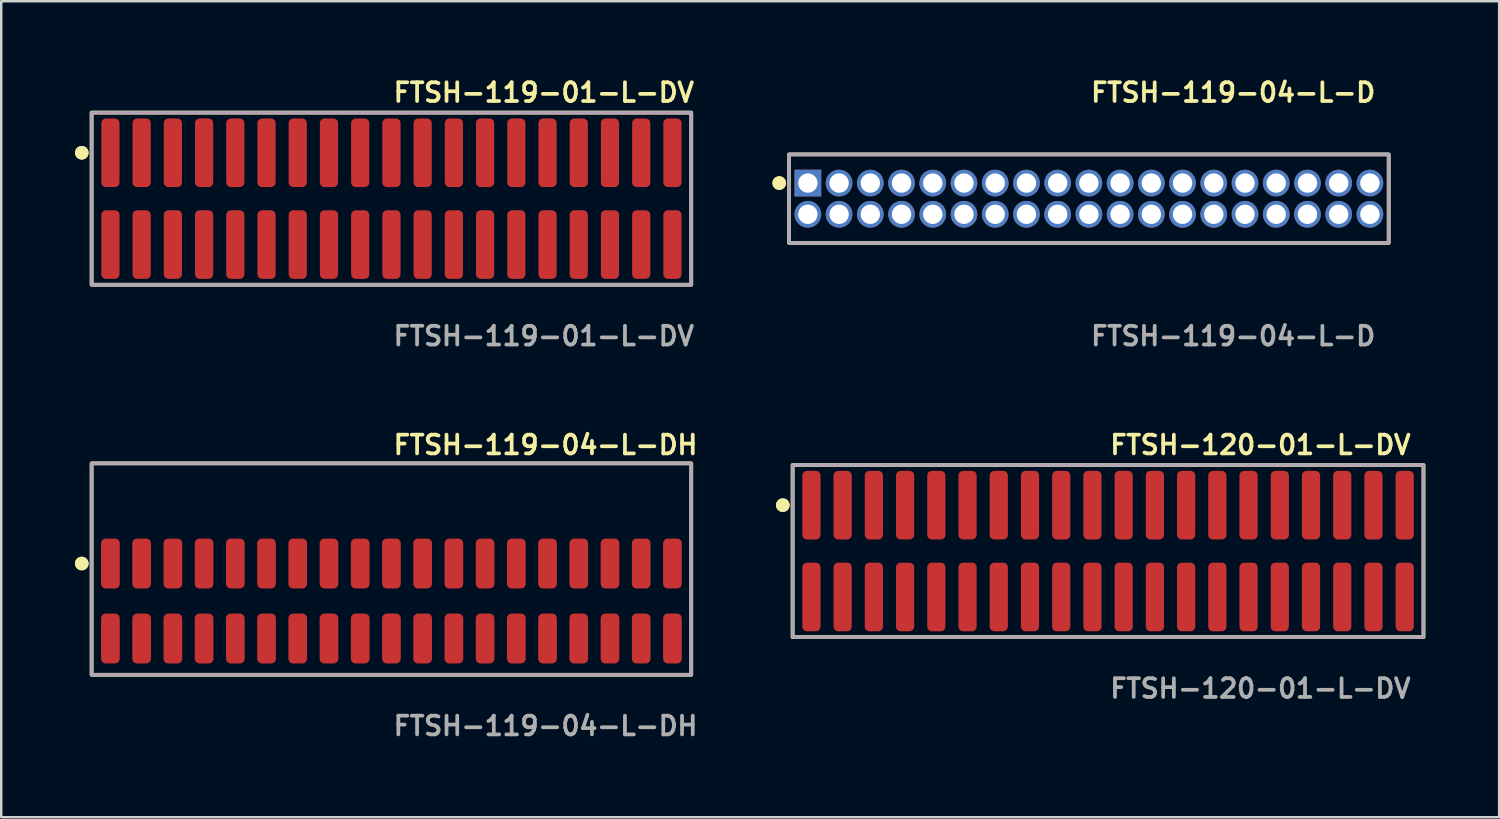
<source format=kicad_pcb>
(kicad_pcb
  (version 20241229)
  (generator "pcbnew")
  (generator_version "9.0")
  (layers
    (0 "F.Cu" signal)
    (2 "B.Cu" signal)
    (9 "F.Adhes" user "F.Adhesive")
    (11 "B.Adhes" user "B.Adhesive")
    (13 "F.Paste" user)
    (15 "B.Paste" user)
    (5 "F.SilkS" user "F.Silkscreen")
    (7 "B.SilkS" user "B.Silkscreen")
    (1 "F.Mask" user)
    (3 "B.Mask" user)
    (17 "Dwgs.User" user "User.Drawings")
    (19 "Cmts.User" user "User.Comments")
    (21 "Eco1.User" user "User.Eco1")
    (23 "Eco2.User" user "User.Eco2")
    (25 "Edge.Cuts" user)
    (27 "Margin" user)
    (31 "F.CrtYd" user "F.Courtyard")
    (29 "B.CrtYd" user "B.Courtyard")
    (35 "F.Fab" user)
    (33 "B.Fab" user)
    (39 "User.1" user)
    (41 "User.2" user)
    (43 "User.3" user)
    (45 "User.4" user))
  (footprint "FTSH-119-04-L-D"
    (layer "F.Cu")
    (at 41.239 5.031)
    (property "Reference" "FTSH-119-04-L-D" (at 0 -4.318 0) (unlocked yes) (layer "F.SilkS") (effects (font (size 0.762 0.762) (thickness 0.152)) (justify left)))
    (fp_rect (start -12.195 1.8) (end 12.195 -1.8) (stroke (width 0.152) (type solid)) (fill no) (layer "F.SilkS"))
    (fp_circle (center -12.595 -0.635) (end -12.795 -0.635) (stroke (width 0.152) (type solid)) (fill yes) (layer "F.SilkS"))
    (fp_circle (center -12.595 -0.635) (end -12.795 -0.635) (stroke (width 0.152) (type solid)) (fill yes) (layer "F.SilkS"))
    (fp_rect (start -12.195 1.8) (end 12.195 -1.8) (stroke (width 0.006) (type solid)) (fill no) (layer "F.CrtYd"))
    (fp_rect (start -12.195 1.8) (end 12.195 -1.8) (stroke (width 0.152) (type solid)) (fill no) (layer "F.Fab"))
    (fp_text user "${REFERENCE}" (at 0 5.588 0) (unlocked yes) (layer "F.Fab") (effects (font (size 0.762 0.762) (thickness 0.152)) (justify left)))
    (pad "1" thru_hole rect (at -11.43 -0.635) (size 1.087 1.087) (drill 0.787) (layers "*.Cu" "*.Mask"))
    (pad "2" thru_hole circle (at -11.43 0.635) (size 1.087 1.087) (drill 0.787) (layers "*.Cu" "*.Mask"))
    (pad "3" thru_hole circle (at -10.16 -0.635) (size 1.087 1.087) (drill 0.787) (layers "*.Cu" "*.Mask"))
    (pad "4" thru_hole circle (at -10.16 0.635) (size 1.087 1.087) (drill 0.787) (layers "*.Cu" "*.Mask"))
    (pad "5" thru_hole circle (at -8.89 -0.635) (size 1.087 1.087) (drill 0.787) (layers "*.Cu" "*.Mask"))
    (pad "6" thru_hole circle (at -8.89 0.635) (size 1.087 1.087) (drill 0.787) (layers "*.Cu" "*.Mask"))
    (pad "7" thru_hole circle (at -7.62 -0.635) (size 1.087 1.087) (drill 0.787) (layers "*.Cu" "*.Mask"))
    (pad "8" thru_hole circle (at -7.62 0.635) (size 1.087 1.087) (drill 0.787) (layers "*.Cu" "*.Mask"))
    (pad "9" thru_hole circle (at -6.35 -0.635) (size 1.087 1.087) (drill 0.787) (layers "*.Cu" "*.Mask"))
    (pad "10" thru_hole circle (at -6.35 0.635) (size 1.087 1.087) (drill 0.787) (layers "*.Cu" "*.Mask"))
    (pad "11" thru_hole circle (at -5.08 -0.635) (size 1.087 1.087) (drill 0.787) (layers "*.Cu" "*.Mask"))
    (pad "12" thru_hole circle (at -5.08 0.635) (size 1.087 1.087) (drill 0.787) (layers "*.Cu" "*.Mask"))
    (pad "13" thru_hole circle (at -3.81 -0.635) (size 1.087 1.087) (drill 0.787) (layers "*.Cu" "*.Mask"))
    (pad "14" thru_hole circle (at -3.81 0.635) (size 1.087 1.087) (drill 0.787) (layers "*.Cu" "*.Mask"))
    (pad "15" thru_hole circle (at -2.54 -0.635) (size 1.087 1.087) (drill 0.787) (layers "*.Cu" "*.Mask"))
    (pad "16" thru_hole circle (at -2.54 0.635) (size 1.087 1.087) (drill 0.787) (layers "*.Cu" "*.Mask"))
    (pad "17" thru_hole circle (at -1.27 -0.635) (size 1.087 1.087) (drill 0.787) (layers "*.Cu" "*.Mask"))
    (pad "18" thru_hole circle (at -1.27 0.635) (size 1.087 1.087) (drill 0.787) (layers "*.Cu" "*.Mask"))
    (pad "19" thru_hole circle (at 0 -0.635) (size 1.087 1.087) (drill 0.787) (layers "*.Cu" "*.Mask"))
    (pad "20" thru_hole circle (at 0 0.635) (size 1.087 1.087) (drill 0.787) (layers "*.Cu" "*.Mask"))
    (pad "21" thru_hole circle (at 1.27 -0.635) (size 1.087 1.087) (drill 0.787) (layers "*.Cu" "*.Mask"))
    (pad "22" thru_hole circle (at 1.27 0.635) (size 1.087 1.087) (drill 0.787) (layers "*.Cu" "*.Mask"))
    (pad "23" thru_hole circle (at 2.54 -0.635) (size 1.087 1.087) (drill 0.787) (layers "*.Cu" "*.Mask"))
    (pad "24" thru_hole circle (at 2.54 0.635) (size 1.087 1.087) (drill 0.787) (layers "*.Cu" "*.Mask"))
    (pad "25" thru_hole circle (at 3.81 -0.635) (size 1.087 1.087) (drill 0.787) (layers "*.Cu" "*.Mask"))
    (pad "26" thru_hole circle (at 3.81 0.635) (size 1.087 1.087) (drill 0.787) (layers "*.Cu" "*.Mask"))
    (pad "27" thru_hole circle (at 5.08 -0.635) (size 1.087 1.087) (drill 0.787) (layers "*.Cu" "*.Mask"))
    (pad "28" thru_hole circle (at 5.08 0.635) (size 1.087 1.087) (drill 0.787) (layers "*.Cu" "*.Mask"))
    (pad "29" thru_hole circle (at 6.35 -0.635) (size 1.087 1.087) (drill 0.787) (layers "*.Cu" "*.Mask"))
    (pad "30" thru_hole circle (at 6.35 0.635) (size 1.087 1.087) (drill 0.787) (layers "*.Cu" "*.Mask"))
    (pad "31" thru_hole circle (at 7.62 -0.635) (size 1.087 1.087) (drill 0.787) (layers "*.Cu" "*.Mask"))
    (pad "32" thru_hole circle (at 7.62 0.635) (size 1.087 1.087) (drill 0.787) (layers "*.Cu" "*.Mask"))
    (pad "33" thru_hole circle (at 8.89 -0.635) (size 1.087 1.087) (drill 0.787) (layers "*.Cu" "*.Mask"))
    (pad "34" thru_hole circle (at 8.89 0.635) (size 1.087 1.087) (drill 0.787) (layers "*.Cu" "*.Mask"))
    (pad "35" thru_hole circle (at 10.16 -0.635) (size 1.087 1.087) (drill 0.787) (layers "*.Cu" "*.Mask"))
    (pad "36" thru_hole circle (at 10.16 0.635) (size 1.087 1.087) (drill 0.787) (layers "*.Cu" "*.Mask"))
    (pad "37" thru_hole circle (at 11.43 -0.635) (size 1.087 1.087) (drill 0.787) (layers "*.Cu" "*.Mask"))
    (pad "38" thru_hole circle (at 11.43 0.635) (size 1.087 1.087) (drill 0.787) (layers "*.Cu" "*.Mask")))
  (footprint "FTSH-119-01-L-DV"
    (layer "F.Cu")
    (at 12.871 5.031)
    (property "Reference" "FTSH-119-01-L-DV" (at 0 -4.318 0) (unlocked yes) (layer "F.SilkS") (effects (font (size 0.762 0.762) (thickness 0.152)) (justify left)))
    (fp_rect (start -12.195 3.5) (end 12.195 -3.5) (stroke (width 0.152) (type solid)) (fill no) (layer "F.SilkS"))
    (fp_circle (center -12.595 -1.867) (end -12.795 -1.867) (stroke (width 0.152) (type solid)) (fill yes) (layer "F.SilkS"))
    (fp_circle (center -12.595 -1.867) (end -12.795 -1.867) (stroke (width 0.152) (type solid)) (fill yes) (layer "F.SilkS"))
    (fp_rect (start -12.195 3.5) (end 12.195 -3.5) (stroke (width 0.006) (type solid)) (fill no) (layer "F.CrtYd"))
    (fp_rect (start -12.195 3.5) (end 12.195 -3.5) (stroke (width 0.152) (type solid)) (fill no) (layer "F.Fab"))
    (fp_text user "${REFERENCE}" (at 0 5.588 0) (unlocked yes) (layer "F.Fab") (effects (font (size 0.762 0.762) (thickness 0.152)) (justify left)))
    (pad "1" smd roundrect (at -11.43 -1.867) (size 0.74 2.79) (layers "F.Cu" "F.Paste") (roundrect_rratio 0.25))
    (pad "2" smd roundrect (at -11.43 1.867) (size 0.74 2.79) (layers "F.Cu" "F.Paste") (roundrect_rratio 0.25))
    (pad "3" smd roundrect (at -10.16 -1.867) (size 0.74 2.79) (layers "F.Cu" "F.Paste") (roundrect_rratio 0.25))
    (pad "4" smd roundrect (at -10.16 1.867) (size 0.74 2.79) (layers "F.Cu" "F.Paste") (roundrect_rratio 0.25))
    (pad "5" smd roundrect (at -8.89 -1.867) (size 0.74 2.79) (layers "F.Cu" "F.Paste") (roundrect_rratio 0.25))
    (pad "6" smd roundrect (at -8.89 1.867) (size 0.74 2.79) (layers "F.Cu" "F.Paste") (roundrect_rratio 0.25))
    (pad "7" smd roundrect (at -7.62 -1.867) (size 0.74 2.79) (layers "F.Cu" "F.Paste") (roundrect_rratio 0.25))
    (pad "8" smd roundrect (at -7.62 1.867) (size 0.74 2.79) (layers "F.Cu" "F.Paste") (roundrect_rratio 0.25))
    (pad "9" smd roundrect (at -6.35 -1.867) (size 0.74 2.79) (layers "F.Cu" "F.Paste") (roundrect_rratio 0.25))
    (pad "10" smd roundrect (at -6.35 1.867) (size 0.74 2.79) (layers "F.Cu" "F.Paste") (roundrect_rratio 0.25))
    (pad "11" smd roundrect (at -5.08 -1.867) (size 0.74 2.79) (layers "F.Cu" "F.Paste") (roundrect_rratio 0.25))
    (pad "12" smd roundrect (at -5.08 1.867) (size 0.74 2.79) (layers "F.Cu" "F.Paste") (roundrect_rratio 0.25))
    (pad "13" smd roundrect (at -3.81 -1.867) (size 0.74 2.79) (layers "F.Cu" "F.Paste") (roundrect_rratio 0.25))
    (pad "14" smd roundrect (at -3.81 1.867) (size 0.74 2.79) (layers "F.Cu" "F.Paste") (roundrect_rratio 0.25))
    (pad "15" smd roundrect (at -2.54 -1.867) (size 0.74 2.79) (layers "F.Cu" "F.Paste") (roundrect_rratio 0.25))
    (pad "16" smd roundrect (at -2.54 1.867) (size 0.74 2.79) (layers "F.Cu" "F.Paste") (roundrect_rratio 0.25))
    (pad "17" smd roundrect (at -1.27 -1.867) (size 0.74 2.79) (layers "F.Cu" "F.Paste") (roundrect_rratio 0.25))
    (pad "18" smd roundrect (at -1.27 1.867) (size 0.74 2.79) (layers "F.Cu" "F.Paste") (roundrect_rratio 0.25))
    (pad "19" smd roundrect (at 0 -1.867) (size 0.74 2.79) (layers "F.Cu" "F.Paste") (roundrect_rratio 0.25))
    (pad "20" smd roundrect (at 0 1.867) (size 0.74 2.79) (layers "F.Cu" "F.Paste") (roundrect_rratio 0.25))
    (pad "21" smd roundrect (at 1.27 -1.867) (size 0.74 2.79) (layers "F.Cu" "F.Paste") (roundrect_rratio 0.25))
    (pad "22" smd roundrect (at 1.27 1.867) (size 0.74 2.79) (layers "F.Cu" "F.Paste") (roundrect_rratio 0.25))
    (pad "23" smd roundrect (at 2.54 -1.867) (size 0.74 2.79) (layers "F.Cu" "F.Paste") (roundrect_rratio 0.25))
    (pad "24" smd roundrect (at 2.54 1.867) (size 0.74 2.79) (layers "F.Cu" "F.Paste") (roundrect_rratio 0.25))
    (pad "25" smd roundrect (at 3.81 -1.867) (size 0.74 2.79) (layers "F.Cu" "F.Paste") (roundrect_rratio 0.25))
    (pad "26" smd roundrect (at 3.81 1.867) (size 0.74 2.79) (layers "F.Cu" "F.Paste") (roundrect_rratio 0.25))
    (pad "27" smd roundrect (at 5.08 -1.867) (size 0.74 2.79) (layers "F.Cu" "F.Paste") (roundrect_rratio 0.25))
    (pad "28" smd roundrect (at 5.08 1.867) (size 0.74 2.79) (layers "F.Cu" "F.Paste") (roundrect_rratio 0.25))
    (pad "29" smd roundrect (at 6.35 -1.867) (size 0.74 2.79) (layers "F.Cu" "F.Paste") (roundrect_rratio 0.25))
    (pad "30" smd roundrect (at 6.35 1.867) (size 0.74 2.79) (layers "F.Cu" "F.Paste") (roundrect_rratio 0.25))
    (pad "31" smd roundrect (at 7.62 -1.867) (size 0.74 2.79) (layers "F.Cu" "F.Paste") (roundrect_rratio 0.25))
    (pad "32" smd roundrect (at 7.62 1.867) (size 0.74 2.79) (layers "F.Cu" "F.Paste") (roundrect_rratio 0.25))
    (pad "33" smd roundrect (at 8.89 -1.867) (size 0.74 2.79) (layers "F.Cu" "F.Paste") (roundrect_rratio 0.25))
    (pad "34" smd roundrect (at 8.89 1.867) (size 0.74 2.79) (layers "F.Cu" "F.Paste") (roundrect_rratio 0.25))
    (pad "35" smd roundrect (at 10.16 -1.867) (size 0.74 2.79) (layers "F.Cu" "F.Paste") (roundrect_rratio 0.25))
    (pad "36" smd roundrect (at 10.16 1.867) (size 0.74 2.79) (layers "F.Cu" "F.Paste") (roundrect_rratio 0.25))
    (pad "37" smd roundrect (at 11.43 -1.867) (size 0.74 2.79) (layers "F.Cu" "F.Paste") (roundrect_rratio 0.25))
    (pad "38" smd roundrect (at 11.43 1.867) (size 0.74 2.79) (layers "F.Cu" "F.Paste") (roundrect_rratio 0.25)))
  (footprint "FTSH-119-04-L-DH"
    (layer "F.Cu")
    (at 12.871 21.396)
    (property "Reference" "FTSH-119-04-L-DH" (at 0 -6.35 0) (unlocked yes) (layer "F.SilkS") (effects (font (size 0.762 0.762) (thickness 0.152)) (justify left)))
    (fp_rect (start -12.195 3) (end 12.195 -5.6) (stroke (width 0.152) (type solid)) (fill no) (layer "F.SilkS"))
    (fp_circle (center -12.595 -1.525) (end -12.795 -1.525) (stroke (width 0.152) (type solid)) (fill yes) (layer "F.SilkS"))
    (fp_circle (center -12.595 -1.525) (end -12.795 -1.525) (stroke (width 0.152) (type solid)) (fill yes) (layer "F.SilkS"))
    (fp_rect (start -12.195 3) (end 12.195 -5.6) (stroke (width 0.006) (type solid)) (fill no) (layer "F.CrtYd"))
    (fp_rect (start -12.195 3) (end 12.195 -5.6) (stroke (width 0.152) (type solid)) (fill no) (layer "F.Fab"))
    (fp_text user "${REFERENCE}" (at 0 5.08 0) (unlocked yes) (layer "F.Fab") (effects (font (size 0.762 0.762) (thickness 0.152)) (justify left)))
    (pad "1" smd roundrect (at -11.43 -1.525) (size 0.76 2.03) (layers "F.Cu" "F.Paste") (roundrect_rratio 0.25))
    (pad "2" smd roundrect (at -11.43 1.525) (size 0.76 2.03) (layers "F.Cu" "F.Paste") (roundrect_rratio 0.25))
    (pad "3" smd roundrect (at -10.16 -1.525) (size 0.76 2.03) (layers "F.Cu" "F.Paste") (roundrect_rratio 0.25))
    (pad "4" smd roundrect (at -10.16 1.525) (size 0.76 2.03) (layers "F.Cu" "F.Paste") (roundrect_rratio 0.25))
    (pad "5" smd roundrect (at -8.89 -1.525) (size 0.76 2.03) (layers "F.Cu" "F.Paste") (roundrect_rratio 0.25))
    (pad "6" smd roundrect (at -8.89 1.525) (size 0.76 2.03) (layers "F.Cu" "F.Paste") (roundrect_rratio 0.25))
    (pad "7" smd roundrect (at -7.62 -1.525) (size 0.76 2.03) (layers "F.Cu" "F.Paste") (roundrect_rratio 0.25))
    (pad "8" smd roundrect (at -7.62 1.525) (size 0.76 2.03) (layers "F.Cu" "F.Paste") (roundrect_rratio 0.25))
    (pad "9" smd roundrect (at -6.35 -1.525) (size 0.76 2.03) (layers "F.Cu" "F.Paste") (roundrect_rratio 0.25))
    (pad "10" smd roundrect (at -6.35 1.525) (size 0.76 2.03) (layers "F.Cu" "F.Paste") (roundrect_rratio 0.25))
    (pad "11" smd roundrect (at -5.08 -1.525) (size 0.76 2.03) (layers "F.Cu" "F.Paste") (roundrect_rratio 0.25))
    (pad "12" smd roundrect (at -5.08 1.525) (size 0.76 2.03) (layers "F.Cu" "F.Paste") (roundrect_rratio 0.25))
    (pad "13" smd roundrect (at -3.81 -1.525) (size 0.76 2.03) (layers "F.Cu" "F.Paste") (roundrect_rratio 0.25))
    (pad "14" smd roundrect (at -3.81 1.525) (size 0.76 2.03) (layers "F.Cu" "F.Paste") (roundrect_rratio 0.25))
    (pad "15" smd roundrect (at -2.54 -1.525) (size 0.76 2.03) (layers "F.Cu" "F.Paste") (roundrect_rratio 0.25))
    (pad "16" smd roundrect (at -2.54 1.525) (size 0.76 2.03) (layers "F.Cu" "F.Paste") (roundrect_rratio 0.25))
    (pad "17" smd roundrect (at -1.27 -1.525) (size 0.76 2.03) (layers "F.Cu" "F.Paste") (roundrect_rratio 0.25))
    (pad "18" smd roundrect (at -1.27 1.525) (size 0.76 2.03) (layers "F.Cu" "F.Paste") (roundrect_rratio 0.25))
    (pad "19" smd roundrect (at 0 -1.525) (size 0.76 2.03) (layers "F.Cu" "F.Paste") (roundrect_rratio 0.25))
    (pad "20" smd roundrect (at 0 1.525) (size 0.76 2.03) (layers "F.Cu" "F.Paste") (roundrect_rratio 0.25))
    (pad "21" smd roundrect (at 1.27 -1.525) (size 0.76 2.03) (layers "F.Cu" "F.Paste") (roundrect_rratio 0.25))
    (pad "22" smd roundrect (at 1.27 1.525) (size 0.76 2.03) (layers "F.Cu" "F.Paste") (roundrect_rratio 0.25))
    (pad "23" smd roundrect (at 2.54 -1.525) (size 0.76 2.03) (layers "F.Cu" "F.Paste") (roundrect_rratio 0.25))
    (pad "24" smd roundrect (at 2.54 1.525) (size 0.76 2.03) (layers "F.Cu" "F.Paste") (roundrect_rratio 0.25))
    (pad "25" smd roundrect (at 3.81 -1.525) (size 0.76 2.03) (layers "F.Cu" "F.Paste") (roundrect_rratio 0.25))
    (pad "26" smd roundrect (at 3.81 1.525) (size 0.76 2.03) (layers "F.Cu" "F.Paste") (roundrect_rratio 0.25))
    (pad "27" smd roundrect (at 5.08 -1.525) (size 0.76 2.03) (layers "F.Cu" "F.Paste") (roundrect_rratio 0.25))
    (pad "28" smd roundrect (at 5.08 1.525) (size 0.76 2.03) (layers "F.Cu" "F.Paste") (roundrect_rratio 0.25))
    (pad "29" smd roundrect (at 6.35 -1.525) (size 0.76 2.03) (layers "F.Cu" "F.Paste") (roundrect_rratio 0.25))
    (pad "30" smd roundrect (at 6.35 1.525) (size 0.76 2.03) (layers "F.Cu" "F.Paste") (roundrect_rratio 0.25))
    (pad "31" smd roundrect (at 7.62 -1.525) (size 0.76 2.03) (layers "F.Cu" "F.Paste") (roundrect_rratio 0.25))
    (pad "32" smd roundrect (at 7.62 1.525) (size 0.76 2.03) (layers "F.Cu" "F.Paste") (roundrect_rratio 0.25))
    (pad "33" smd roundrect (at 8.89 -1.525) (size 0.76 2.03) (layers "F.Cu" "F.Paste") (roundrect_rratio 0.25))
    (pad "34" smd roundrect (at 8.89 1.525) (size 0.76 2.03) (layers "F.Cu" "F.Paste") (roundrect_rratio 0.25))
    (pad "35" smd roundrect (at 10.16 -1.525) (size 0.76 2.03) (layers "F.Cu" "F.Paste") (roundrect_rratio 0.25))
    (pad "36" smd roundrect (at 10.16 1.525) (size 0.76 2.03) (layers "F.Cu" "F.Paste") (roundrect_rratio 0.25))
    (pad "37" smd roundrect (at 11.43 -1.525) (size 0.76 2.03) (layers "F.Cu" "F.Paste") (roundrect_rratio 0.25))
    (pad "38" smd roundrect (at 11.43 1.525) (size 0.76 2.03) (layers "F.Cu" "F.Paste") (roundrect_rratio 0.25)))
  (footprint "FTSH-120-01-L-DV"
    (layer "F.Cu")
    (at 42.019 19.364)
    (property "Reference" "FTSH-120-01-L-DV" (at 0 -4.318 0) (unlocked yes) (layer "F.SilkS") (effects (font (size 0.762 0.762) (thickness 0.152)) (justify left)))
    (fp_rect (start -12.83 3.5) (end 12.83 -3.5) (stroke (width 0.152) (type solid)) (fill no) (layer "F.SilkS"))
    (fp_circle (center -13.23 -1.867) (end -13.43 -1.867) (stroke (width 0.152) (type solid)) (fill yes) (layer "F.SilkS"))
    (fp_circle (center -13.23 -1.867) (end -13.43 -1.867) (stroke (width 0.152) (type solid)) (fill yes) (layer "F.SilkS"))
    (fp_rect (start -12.83 3.5) (end 12.83 -3.5) (stroke (width 0.006) (type solid)) (fill no) (layer "F.CrtYd"))
    (fp_rect (start -12.83 3.5) (end 12.83 -3.5) (stroke (width 0.152) (type solid)) (fill no) (layer "F.Fab"))
    (fp_text user "${REFERENCE}" (at 0 5.588 0) (unlocked yes) (layer "F.Fab") (effects (font (size 0.762 0.762) (thickness 0.152)) (justify left)))
    (pad "1" smd roundrect (at -12.065 -1.867) (size 0.74 2.79) (layers "F.Cu" "F.Paste") (roundrect_rratio 0.25))
    (pad "2" smd roundrect (at -12.065 1.867) (size 0.74 2.79) (layers "F.Cu" "F.Paste") (roundrect_rratio 0.25))
    (pad "3" smd roundrect (at -10.795 -1.867) (size 0.74 2.79) (layers "F.Cu" "F.Paste") (roundrect_rratio 0.25))
    (pad "4" smd roundrect (at -10.795 1.867) (size 0.74 2.79) (layers "F.Cu" "F.Paste") (roundrect_rratio 0.25))
    (pad "5" smd roundrect (at -9.525 -1.867) (size 0.74 2.79) (layers "F.Cu" "F.Paste") (roundrect_rratio 0.25))
    (pad "6" smd roundrect (at -9.525 1.867) (size 0.74 2.79) (layers "F.Cu" "F.Paste") (roundrect_rratio 0.25))
    (pad "7" smd roundrect (at -8.255 -1.867) (size 0.74 2.79) (layers "F.Cu" "F.Paste") (roundrect_rratio 0.25))
    (pad "8" smd roundrect (at -8.255 1.867) (size 0.74 2.79) (layers "F.Cu" "F.Paste") (roundrect_rratio 0.25))
    (pad "9" smd roundrect (at -6.985 -1.867) (size 0.74 2.79) (layers "F.Cu" "F.Paste") (roundrect_rratio 0.25))
    (pad "10" smd roundrect (at -6.985 1.867) (size 0.74 2.79) (layers "F.Cu" "F.Paste") (roundrect_rratio 0.25))
    (pad "11" smd roundrect (at -5.715 -1.867) (size 0.74 2.79) (layers "F.Cu" "F.Paste") (roundrect_rratio 0.25))
    (pad "12" smd roundrect (at -5.715 1.867) (size 0.74 2.79) (layers "F.Cu" "F.Paste") (roundrect_rratio 0.25))
    (pad "13" smd roundrect (at -4.445 -1.867) (size 0.74 2.79) (layers "F.Cu" "F.Paste") (roundrect_rratio 0.25))
    (pad "14" smd roundrect (at -4.445 1.867) (size 0.74 2.79) (layers "F.Cu" "F.Paste") (roundrect_rratio 0.25))
    (pad "15" smd roundrect (at -3.175 -1.867) (size 0.74 2.79) (layers "F.Cu" "F.Paste") (roundrect_rratio 0.25))
    (pad "16" smd roundrect (at -3.175 1.867) (size 0.74 2.79) (layers "F.Cu" "F.Paste") (roundrect_rratio 0.25))
    (pad "17" smd roundrect (at -1.905 -1.867) (size 0.74 2.79) (layers "F.Cu" "F.Paste") (roundrect_rratio 0.25))
    (pad "18" smd roundrect (at -1.905 1.867) (size 0.74 2.79) (layers "F.Cu" "F.Paste") (roundrect_rratio 0.25))
    (pad "19" smd roundrect (at -0.635 -1.867) (size 0.74 2.79) (layers "F.Cu" "F.Paste") (roundrect_rratio 0.25))
    (pad "20" smd roundrect (at -0.635 1.867) (size 0.74 2.79) (layers "F.Cu" "F.Paste") (roundrect_rratio 0.25))
    (pad "21" smd roundrect (at 0.635 -1.867) (size 0.74 2.79) (layers "F.Cu" "F.Paste") (roundrect_rratio 0.25))
    (pad "22" smd roundrect (at 0.635 1.867) (size 0.74 2.79) (layers "F.Cu" "F.Paste") (roundrect_rratio 0.25))
    (pad "23" smd roundrect (at 1.905 -1.867) (size 0.74 2.79) (layers "F.Cu" "F.Paste") (roundrect_rratio 0.25))
    (pad "24" smd roundrect (at 1.905 1.867) (size 0.74 2.79) (layers "F.Cu" "F.Paste") (roundrect_rratio 0.25))
    (pad "25" smd roundrect (at 3.175 -1.867) (size 0.74 2.79) (layers "F.Cu" "F.Paste") (roundrect_rratio 0.25))
    (pad "26" smd roundrect (at 3.175 1.867) (size 0.74 2.79) (layers "F.Cu" "F.Paste") (roundrect_rratio 0.25))
    (pad "27" smd roundrect (at 4.445 -1.867) (size 0.74 2.79) (layers "F.Cu" "F.Paste") (roundrect_rratio 0.25))
    (pad "28" smd roundrect (at 4.445 1.867) (size 0.74 2.79) (layers "F.Cu" "F.Paste") (roundrect_rratio 0.25))
    (pad "29" smd roundrect (at 5.715 -1.867) (size 0.74 2.79) (layers "F.Cu" "F.Paste") (roundrect_rratio 0.25))
    (pad "30" smd roundrect (at 5.715 1.867) (size 0.74 2.79) (layers "F.Cu" "F.Paste") (roundrect_rratio 0.25))
    (pad "31" smd roundrect (at 6.985 -1.867) (size 0.74 2.79) (layers "F.Cu" "F.Paste") (roundrect_rratio 0.25))
    (pad "32" smd roundrect (at 6.985 1.867) (size 0.74 2.79) (layers "F.Cu" "F.Paste") (roundrect_rratio 0.25))
    (pad "33" smd roundrect (at 8.255 -1.867) (size 0.74 2.79) (layers "F.Cu" "F.Paste") (roundrect_rratio 0.25))
    (pad "34" smd roundrect (at 8.255 1.867) (size 0.74 2.79) (layers "F.Cu" "F.Paste") (roundrect_rratio 0.25))
    (pad "35" smd roundrect (at 9.525 -1.867) (size 0.74 2.79) (layers "F.Cu" "F.Paste") (roundrect_rratio 0.25))
    (pad "36" smd roundrect (at 9.525 1.867) (size 0.74 2.79) (layers "F.Cu" "F.Paste") (roundrect_rratio 0.25))
    (pad "37" smd roundrect (at 10.795 -1.867) (size 0.74 2.79) (layers "F.Cu" "F.Paste") (roundrect_rratio 0.25))
    (pad "38" smd roundrect (at 10.795 1.867) (size 0.74 2.79) (layers "F.Cu" "F.Paste") (roundrect_rratio 0.25))
    (pad "39" smd roundrect (at 12.065 -1.867) (size 0.74 2.79) (layers "F.Cu" "F.Paste") (roundrect_rratio 0.25))
    (pad "40" smd roundrect (at 12.065 1.867) (size 0.74 2.79) (layers "F.Cu" "F.Paste") (roundrect_rratio 0.25)))
  (gr_rect
    (start -3 -3)
    (end 57.926 30.189)
    (stroke (width 0.1) (type default))
    (fill no)
    (layer "Edge.Cuts")))
</source>
